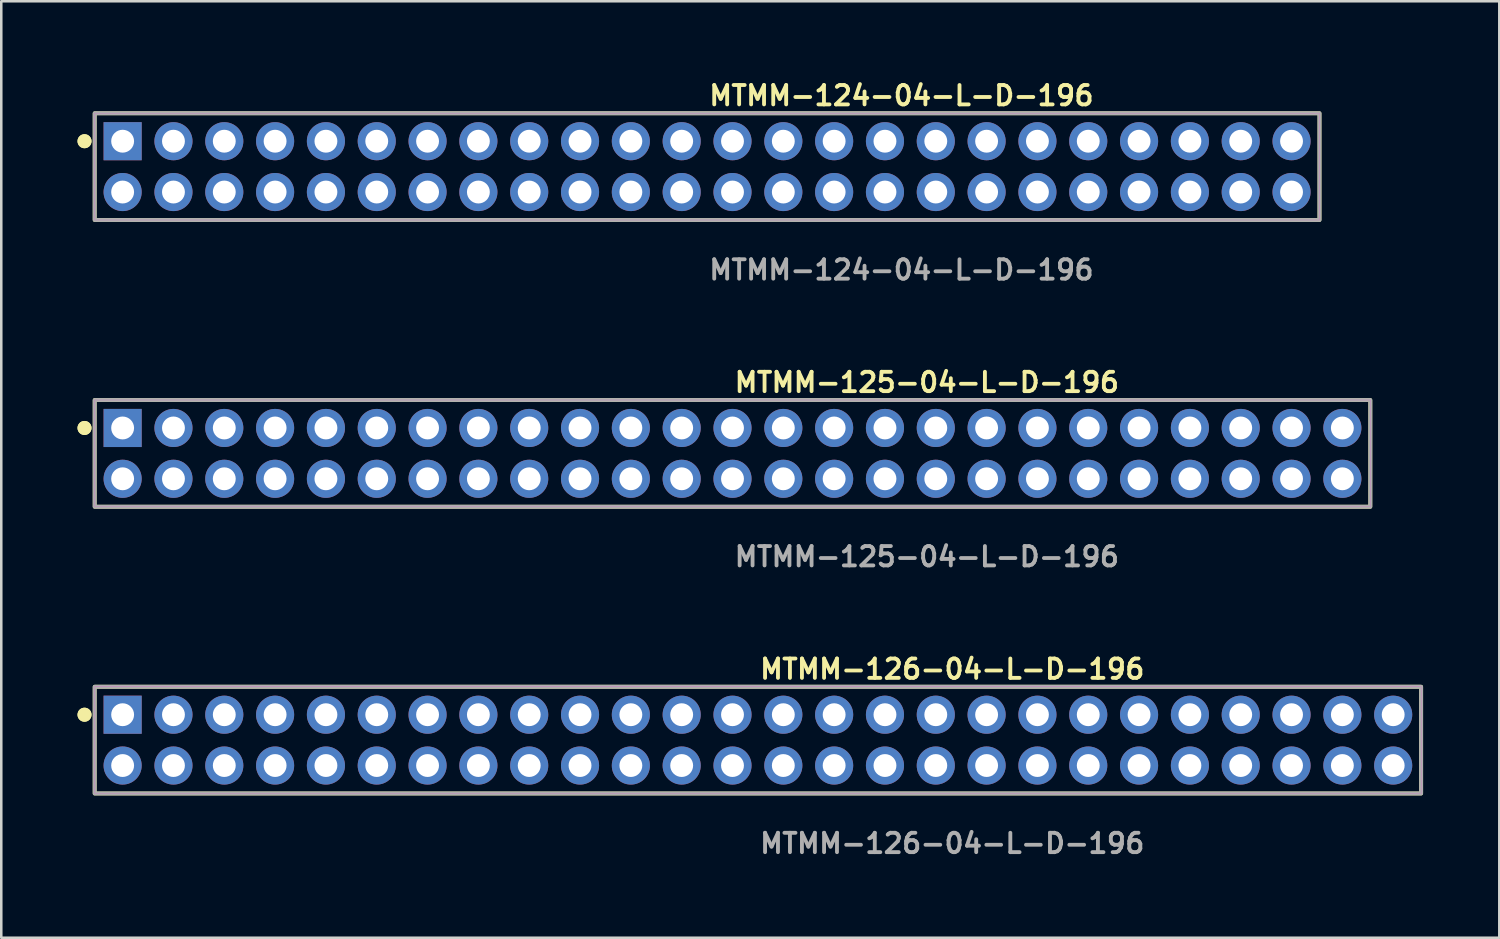
<source format=kicad_pcb>
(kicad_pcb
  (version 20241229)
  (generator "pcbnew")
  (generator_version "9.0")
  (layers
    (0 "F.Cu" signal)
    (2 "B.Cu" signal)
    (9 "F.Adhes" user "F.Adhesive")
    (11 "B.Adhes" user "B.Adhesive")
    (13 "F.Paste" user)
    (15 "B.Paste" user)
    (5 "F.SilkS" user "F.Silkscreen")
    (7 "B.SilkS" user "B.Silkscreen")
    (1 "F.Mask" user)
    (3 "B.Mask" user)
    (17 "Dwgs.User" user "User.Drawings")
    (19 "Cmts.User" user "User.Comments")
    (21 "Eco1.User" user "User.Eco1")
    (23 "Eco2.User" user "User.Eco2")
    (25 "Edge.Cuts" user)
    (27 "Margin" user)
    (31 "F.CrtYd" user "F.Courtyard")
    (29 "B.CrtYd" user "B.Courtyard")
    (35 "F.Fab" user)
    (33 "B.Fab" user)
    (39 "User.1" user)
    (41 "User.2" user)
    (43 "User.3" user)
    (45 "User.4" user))
  (footprint "MTMM-125-04-L-D-196"
    (layer "F.Cu")
    (at 25.776 14.792)
    (property "Reference" "MTMM-125-04-L-D-196" (at 0 -2.794 0) (unlocked yes) (layer "F.SilkS") (effects (font (size 0.762 0.762) (thickness 0.152)) (justify left)))
    (fp_rect (start -25.1 2.1) (end 25.1 -2.1) (stroke (width 0.152) (type solid)) (fill no) (layer "F.SilkS"))
    (fp_circle (center -25.5 -1) (end -25.7 -1) (stroke (width 0.152) (type solid)) (fill yes) (layer "F.SilkS"))
    (fp_circle (center -25.5 -1) (end -25.7 -1) (stroke (width 0.152) (type solid)) (fill yes) (layer "F.SilkS"))
    (fp_rect (start -25.1 2.1) (end 25.1 -2.1) (stroke (width 0.006) (type solid)) (fill no) (layer "F.CrtYd"))
    (fp_rect (start -25.1 2.1) (end 25.1 -2.1) (stroke (width 0.152) (type solid)) (fill no) (layer "F.Fab"))
    (fp_text user "${REFERENCE}" (at 0 4.064 0) (unlocked yes) (layer "F.Fab") (effects (font (size 0.762 0.762) (thickness 0.152)) (justify left)))
    (pad "1" thru_hole rect (at -24 -1) (size 1.5 1.5) (drill 0.9) (layers "*.Cu" "*.Mask"))
    (pad "2" thru_hole circle (at -24 1) (size 1.5 1.5) (drill 0.9) (layers "*.Cu" "*.Mask"))
    (pad "3" thru_hole circle (at -22 -1) (size 1.5 1.5) (drill 0.9) (layers "*.Cu" "*.Mask"))
    (pad "4" thru_hole circle (at -22 1) (size 1.5 1.5) (drill 0.9) (layers "*.Cu" "*.Mask"))
    (pad "5" thru_hole circle (at -20 -1) (size 1.5 1.5) (drill 0.9) (layers "*.Cu" "*.Mask"))
    (pad "6" thru_hole circle (at -20 1) (size 1.5 1.5) (drill 0.9) (layers "*.Cu" "*.Mask"))
    (pad "7" thru_hole circle (at -18 -1) (size 1.5 1.5) (drill 0.9) (layers "*.Cu" "*.Mask"))
    (pad "8" thru_hole circle (at -18 1) (size 1.5 1.5) (drill 0.9) (layers "*.Cu" "*.Mask"))
    (pad "9" thru_hole circle (at -16 -1) (size 1.5 1.5) (drill 0.9) (layers "*.Cu" "*.Mask"))
    (pad "10" thru_hole circle (at -16 1) (size 1.5 1.5) (drill 0.9) (layers "*.Cu" "*.Mask"))
    (pad "11" thru_hole circle (at -14 -1) (size 1.5 1.5) (drill 0.9) (layers "*.Cu" "*.Mask"))
    (pad "12" thru_hole circle (at -14 1) (size 1.5 1.5) (drill 0.9) (layers "*.Cu" "*.Mask"))
    (pad "13" thru_hole circle (at -12 -1) (size 1.5 1.5) (drill 0.9) (layers "*.Cu" "*.Mask"))
    (pad "14" thru_hole circle (at -12 1) (size 1.5 1.5) (drill 0.9) (layers "*.Cu" "*.Mask"))
    (pad "15" thru_hole circle (at -10 -1) (size 1.5 1.5) (drill 0.9) (layers "*.Cu" "*.Mask"))
    (pad "16" thru_hole circle (at -10 1) (size 1.5 1.5) (drill 0.9) (layers "*.Cu" "*.Mask"))
    (pad "17" thru_hole circle (at -8 -1) (size 1.5 1.5) (drill 0.9) (layers "*.Cu" "*.Mask"))
    (pad "18" thru_hole circle (at -8 1) (size 1.5 1.5) (drill 0.9) (layers "*.Cu" "*.Mask"))
    (pad "19" thru_hole circle (at -6 -1) (size 1.5 1.5) (drill 0.9) (layers "*.Cu" "*.Mask"))
    (pad "20" thru_hole circle (at -6 1) (size 1.5 1.5) (drill 0.9) (layers "*.Cu" "*.Mask"))
    (pad "21" thru_hole circle (at -4 -1) (size 1.5 1.5) (drill 0.9) (layers "*.Cu" "*.Mask"))
    (pad "22" thru_hole circle (at -4 1) (size 1.5 1.5) (drill 0.9) (layers "*.Cu" "*.Mask"))
    (pad "23" thru_hole circle (at -2 -1) (size 1.5 1.5) (drill 0.9) (layers "*.Cu" "*.Mask"))
    (pad "24" thru_hole circle (at -2 1) (size 1.5 1.5) (drill 0.9) (layers "*.Cu" "*.Mask"))
    (pad "25" thru_hole circle (at 0 -1) (size 1.5 1.5) (drill 0.9) (layers "*.Cu" "*.Mask"))
    (pad "26" thru_hole circle (at 0 1) (size 1.5 1.5) (drill 0.9) (layers "*.Cu" "*.Mask"))
    (pad "27" thru_hole circle (at 2 -1) (size 1.5 1.5) (drill 0.9) (layers "*.Cu" "*.Mask"))
    (pad "28" thru_hole circle (at 2 1) (size 1.5 1.5) (drill 0.9) (layers "*.Cu" "*.Mask"))
    (pad "29" thru_hole circle (at 4 -1) (size 1.5 1.5) (drill 0.9) (layers "*.Cu" "*.Mask"))
    (pad "30" thru_hole circle (at 4 1) (size 1.5 1.5) (drill 0.9) (layers "*.Cu" "*.Mask"))
    (pad "31" thru_hole circle (at 6 -1) (size 1.5 1.5) (drill 0.9) (layers "*.Cu" "*.Mask"))
    (pad "32" thru_hole circle (at 6 1) (size 1.5 1.5) (drill 0.9) (layers "*.Cu" "*.Mask"))
    (pad "33" thru_hole circle (at 8 -1) (size 1.5 1.5) (drill 0.9) (layers "*.Cu" "*.Mask"))
    (pad "34" thru_hole circle (at 8 1) (size 1.5 1.5) (drill 0.9) (layers "*.Cu" "*.Mask"))
    (pad "35" thru_hole circle (at 10 -1) (size 1.5 1.5) (drill 0.9) (layers "*.Cu" "*.Mask"))
    (pad "36" thru_hole circle (at 10 1) (size 1.5 1.5) (drill 0.9) (layers "*.Cu" "*.Mask"))
    (pad "37" thru_hole circle (at 12 -1) (size 1.5 1.5) (drill 0.9) (layers "*.Cu" "*.Mask"))
    (pad "38" thru_hole circle (at 12 1) (size 1.5 1.5) (drill 0.9) (layers "*.Cu" "*.Mask"))
    (pad "39" thru_hole circle (at 14 -1) (size 1.5 1.5) (drill 0.9) (layers "*.Cu" "*.Mask"))
    (pad "40" thru_hole circle (at 14 1) (size 1.5 1.5) (drill 0.9) (layers "*.Cu" "*.Mask"))
    (pad "41" thru_hole circle (at 16 -1) (size 1.5 1.5) (drill 0.9) (layers "*.Cu" "*.Mask"))
    (pad "42" thru_hole circle (at 16 1) (size 1.5 1.5) (drill 0.9) (layers "*.Cu" "*.Mask"))
    (pad "43" thru_hole circle (at 18 -1) (size 1.5 1.5) (drill 0.9) (layers "*.Cu" "*.Mask"))
    (pad "44" thru_hole circle (at 18 1) (size 1.5 1.5) (drill 0.9) (layers "*.Cu" "*.Mask"))
    (pad "45" thru_hole circle (at 20 -1) (size 1.5 1.5) (drill 0.9) (layers "*.Cu" "*.Mask"))
    (pad "46" thru_hole circle (at 20 1) (size 1.5 1.5) (drill 0.9) (layers "*.Cu" "*.Mask"))
    (pad "47" thru_hole circle (at 22 -1) (size 1.5 1.5) (drill 0.9) (layers "*.Cu" "*.Mask"))
    (pad "48" thru_hole circle (at 22 1) (size 1.5 1.5) (drill 0.9) (layers "*.Cu" "*.Mask"))
    (pad "49" thru_hole circle (at 24 -1) (size 1.5 1.5) (drill 0.9) (layers "*.Cu" "*.Mask"))
    (pad "50" thru_hole circle (at 24 1) (size 1.5 1.5) (drill 0.9) (layers "*.Cu" "*.Mask")))
  (footprint "MTMM-126-04-L-D-196"
    (layer "F.Cu")
    (at 26.776 26.076)
    (property "Reference" "MTMM-126-04-L-D-196" (at 0 -2.794 0) (unlocked yes) (layer "F.SilkS") (effects (font (size 0.762 0.762) (thickness 0.152)) (justify left)))
    (fp_rect (start -26.1 2.1) (end 26.1 -2.1) (stroke (width 0.152) (type solid)) (fill no) (layer "F.SilkS"))
    (fp_circle (center -26.5 -1) (end -26.7 -1) (stroke (width 0.152) (type solid)) (fill yes) (layer "F.SilkS"))
    (fp_circle (center -26.5 -1) (end -26.7 -1) (stroke (width 0.152) (type solid)) (fill yes) (layer "F.SilkS"))
    (fp_rect (start -26.1 2.1) (end 26.1 -2.1) (stroke (width 0.006) (type solid)) (fill no) (layer "F.CrtYd"))
    (fp_rect (start -26.1 2.1) (end 26.1 -2.1) (stroke (width 0.152) (type solid)) (fill no) (layer "F.Fab"))
    (fp_text user "${REFERENCE}" (at 0 4.064 0) (unlocked yes) (layer "F.Fab") (effects (font (size 0.762 0.762) (thickness 0.152)) (justify left)))
    (pad "1" thru_hole rect (at -25 -1) (size 1.5 1.5) (drill 0.9) (layers "*.Cu" "*.Mask"))
    (pad "2" thru_hole circle (at -25 1) (size 1.5 1.5) (drill 0.9) (layers "*.Cu" "*.Mask"))
    (pad "3" thru_hole circle (at -23 -1) (size 1.5 1.5) (drill 0.9) (layers "*.Cu" "*.Mask"))
    (pad "4" thru_hole circle (at -23 1) (size 1.5 1.5) (drill 0.9) (layers "*.Cu" "*.Mask"))
    (pad "5" thru_hole circle (at -21 -1) (size 1.5 1.5) (drill 0.9) (layers "*.Cu" "*.Mask"))
    (pad "6" thru_hole circle (at -21 1) (size 1.5 1.5) (drill 0.9) (layers "*.Cu" "*.Mask"))
    (pad "7" thru_hole circle (at -19 -1) (size 1.5 1.5) (drill 0.9) (layers "*.Cu" "*.Mask"))
    (pad "8" thru_hole circle (at -19 1) (size 1.5 1.5) (drill 0.9) (layers "*.Cu" "*.Mask"))
    (pad "9" thru_hole circle (at -17 -1) (size 1.5 1.5) (drill 0.9) (layers "*.Cu" "*.Mask"))
    (pad "10" thru_hole circle (at -17 1) (size 1.5 1.5) (drill 0.9) (layers "*.Cu" "*.Mask"))
    (pad "11" thru_hole circle (at -15 -1) (size 1.5 1.5) (drill 0.9) (layers "*.Cu" "*.Mask"))
    (pad "12" thru_hole circle (at -15 1) (size 1.5 1.5) (drill 0.9) (layers "*.Cu" "*.Mask"))
    (pad "13" thru_hole circle (at -13 -1) (size 1.5 1.5) (drill 0.9) (layers "*.Cu" "*.Mask"))
    (pad "14" thru_hole circle (at -13 1) (size 1.5 1.5) (drill 0.9) (layers "*.Cu" "*.Mask"))
    (pad "15" thru_hole circle (at -11 -1) (size 1.5 1.5) (drill 0.9) (layers "*.Cu" "*.Mask"))
    (pad "16" thru_hole circle (at -11 1) (size 1.5 1.5) (drill 0.9) (layers "*.Cu" "*.Mask"))
    (pad "17" thru_hole circle (at -9 -1) (size 1.5 1.5) (drill 0.9) (layers "*.Cu" "*.Mask"))
    (pad "18" thru_hole circle (at -9 1) (size 1.5 1.5) (drill 0.9) (layers "*.Cu" "*.Mask"))
    (pad "19" thru_hole circle (at -7 -1) (size 1.5 1.5) (drill 0.9) (layers "*.Cu" "*.Mask"))
    (pad "20" thru_hole circle (at -7 1) (size 1.5 1.5) (drill 0.9) (layers "*.Cu" "*.Mask"))
    (pad "21" thru_hole circle (at -5 -1) (size 1.5 1.5) (drill 0.9) (layers "*.Cu" "*.Mask"))
    (pad "22" thru_hole circle (at -5 1) (size 1.5 1.5) (drill 0.9) (layers "*.Cu" "*.Mask"))
    (pad "23" thru_hole circle (at -3 -1) (size 1.5 1.5) (drill 0.9) (layers "*.Cu" "*.Mask"))
    (pad "24" thru_hole circle (at -3 1) (size 1.5 1.5) (drill 0.9) (layers "*.Cu" "*.Mask"))
    (pad "25" thru_hole circle (at -1 -1) (size 1.5 1.5) (drill 0.9) (layers "*.Cu" "*.Mask"))
    (pad "26" thru_hole circle (at -1 1) (size 1.5 1.5) (drill 0.9) (layers "*.Cu" "*.Mask"))
    (pad "27" thru_hole circle (at 1 -1) (size 1.5 1.5) (drill 0.9) (layers "*.Cu" "*.Mask"))
    (pad "28" thru_hole circle (at 1 1) (size 1.5 1.5) (drill 0.9) (layers "*.Cu" "*.Mask"))
    (pad "29" thru_hole circle (at 3 -1) (size 1.5 1.5) (drill 0.9) (layers "*.Cu" "*.Mask"))
    (pad "30" thru_hole circle (at 3 1) (size 1.5 1.5) (drill 0.9) (layers "*.Cu" "*.Mask"))
    (pad "31" thru_hole circle (at 5 -1) (size 1.5 1.5) (drill 0.9) (layers "*.Cu" "*.Mask"))
    (pad "32" thru_hole circle (at 5 1) (size 1.5 1.5) (drill 0.9) (layers "*.Cu" "*.Mask"))
    (pad "33" thru_hole circle (at 7 -1) (size 1.5 1.5) (drill 0.9) (layers "*.Cu" "*.Mask"))
    (pad "34" thru_hole circle (at 7 1) (size 1.5 1.5) (drill 0.9) (layers "*.Cu" "*.Mask"))
    (pad "35" thru_hole circle (at 9 -1) (size 1.5 1.5) (drill 0.9) (layers "*.Cu" "*.Mask"))
    (pad "36" thru_hole circle (at 9 1) (size 1.5 1.5) (drill 0.9) (layers "*.Cu" "*.Mask"))
    (pad "37" thru_hole circle (at 11 -1) (size 1.5 1.5) (drill 0.9) (layers "*.Cu" "*.Mask"))
    (pad "38" thru_hole circle (at 11 1) (size 1.5 1.5) (drill 0.9) (layers "*.Cu" "*.Mask"))
    (pad "39" thru_hole circle (at 13 -1) (size 1.5 1.5) (drill 0.9) (layers "*.Cu" "*.Mask"))
    (pad "40" thru_hole circle (at 13 1) (size 1.5 1.5) (drill 0.9) (layers "*.Cu" "*.Mask"))
    (pad "41" thru_hole circle (at 15 -1) (size 1.5 1.5) (drill 0.9) (layers "*.Cu" "*.Mask"))
    (pad "42" thru_hole circle (at 15 1) (size 1.5 1.5) (drill 0.9) (layers "*.Cu" "*.Mask"))
    (pad "43" thru_hole circle (at 17 -1) (size 1.5 1.5) (drill 0.9) (layers "*.Cu" "*.Mask"))
    (pad "44" thru_hole circle (at 17 1) (size 1.5 1.5) (drill 0.9) (layers "*.Cu" "*.Mask"))
    (pad "45" thru_hole circle (at 19 -1) (size 1.5 1.5) (drill 0.9) (layers "*.Cu" "*.Mask"))
    (pad "46" thru_hole circle (at 19 1) (size 1.5 1.5) (drill 0.9) (layers "*.Cu" "*.Mask"))
    (pad "47" thru_hole circle (at 21 -1) (size 1.5 1.5) (drill 0.9) (layers "*.Cu" "*.Mask"))
    (pad "48" thru_hole circle (at 21 1) (size 1.5 1.5) (drill 0.9) (layers "*.Cu" "*.Mask"))
    (pad "49" thru_hole circle (at 23 -1) (size 1.5 1.5) (drill 0.9) (layers "*.Cu" "*.Mask"))
    (pad "50" thru_hole circle (at 23 1) (size 1.5 1.5) (drill 0.9) (layers "*.Cu" "*.Mask"))
    (pad "51" thru_hole circle (at 25 -1) (size 1.5 1.5) (drill 0.9) (layers "*.Cu" "*.Mask"))
    (pad "52" thru_hole circle (at 25 1) (size 1.5 1.5) (drill 0.9) (layers "*.Cu" "*.Mask")))
  (footprint "MTMM-124-04-L-D-196"
    (layer "F.Cu")
    (at 24.776 3.507)
    (property "Reference" "MTMM-124-04-L-D-196" (at 0 -2.794 0) (unlocked yes) (layer "F.SilkS") (effects (font (size 0.762 0.762) (thickness 0.152)) (justify left)))
    (fp_rect (start -24.1 2.1) (end 24.1 -2.1) (stroke (width 0.152) (type solid)) (fill no) (layer "F.SilkS"))
    (fp_circle (center -24.5 -1) (end -24.7 -1) (stroke (width 0.152) (type solid)) (fill yes) (layer "F.SilkS"))
    (fp_circle (center -24.5 -1) (end -24.7 -1) (stroke (width 0.152) (type solid)) (fill yes) (layer "F.SilkS"))
    (fp_rect (start -24.1 2.1) (end 24.1 -2.1) (stroke (width 0.006) (type solid)) (fill no) (layer "F.CrtYd"))
    (fp_rect (start -24.1 2.1) (end 24.1 -2.1) (stroke (width 0.152) (type solid)) (fill no) (layer "F.Fab"))
    (fp_text user "${REFERENCE}" (at 0 4.064 0) (unlocked yes) (layer "F.Fab") (effects (font (size 0.762 0.762) (thickness 0.152)) (justify left)))
    (pad "1" thru_hole rect (at -23 -1) (size 1.5 1.5) (drill 0.9) (layers "*.Cu" "*.Mask"))
    (pad "2" thru_hole circle (at -23 1) (size 1.5 1.5) (drill 0.9) (layers "*.Cu" "*.Mask"))
    (pad "3" thru_hole circle (at -21 -1) (size 1.5 1.5) (drill 0.9) (layers "*.Cu" "*.Mask"))
    (pad "4" thru_hole circle (at -21 1) (size 1.5 1.5) (drill 0.9) (layers "*.Cu" "*.Mask"))
    (pad "5" thru_hole circle (at -19 -1) (size 1.5 1.5) (drill 0.9) (layers "*.Cu" "*.Mask"))
    (pad "6" thru_hole circle (at -19 1) (size 1.5 1.5) (drill 0.9) (layers "*.Cu" "*.Mask"))
    (pad "7" thru_hole circle (at -17 -1) (size 1.5 1.5) (drill 0.9) (layers "*.Cu" "*.Mask"))
    (pad "8" thru_hole circle (at -17 1) (size 1.5 1.5) (drill 0.9) (layers "*.Cu" "*.Mask"))
    (pad "9" thru_hole circle (at -15 -1) (size 1.5 1.5) (drill 0.9) (layers "*.Cu" "*.Mask"))
    (pad "10" thru_hole circle (at -15 1) (size 1.5 1.5) (drill 0.9) (layers "*.Cu" "*.Mask"))
    (pad "11" thru_hole circle (at -13 -1) (size 1.5 1.5) (drill 0.9) (layers "*.Cu" "*.Mask"))
    (pad "12" thru_hole circle (at -13 1) (size 1.5 1.5) (drill 0.9) (layers "*.Cu" "*.Mask"))
    (pad "13" thru_hole circle (at -11 -1) (size 1.5 1.5) (drill 0.9) (layers "*.Cu" "*.Mask"))
    (pad "14" thru_hole circle (at -11 1) (size 1.5 1.5) (drill 0.9) (layers "*.Cu" "*.Mask"))
    (pad "15" thru_hole circle (at -9 -1) (size 1.5 1.5) (drill 0.9) (layers "*.Cu" "*.Mask"))
    (pad "16" thru_hole circle (at -9 1) (size 1.5 1.5) (drill 0.9) (layers "*.Cu" "*.Mask"))
    (pad "17" thru_hole circle (at -7 -1) (size 1.5 1.5) (drill 0.9) (layers "*.Cu" "*.Mask"))
    (pad "18" thru_hole circle (at -7 1) (size 1.5 1.5) (drill 0.9) (layers "*.Cu" "*.Mask"))
    (pad "19" thru_hole circle (at -5 -1) (size 1.5 1.5) (drill 0.9) (layers "*.Cu" "*.Mask"))
    (pad "20" thru_hole circle (at -5 1) (size 1.5 1.5) (drill 0.9) (layers "*.Cu" "*.Mask"))
    (pad "21" thru_hole circle (at -3 -1) (size 1.5 1.5) (drill 0.9) (layers "*.Cu" "*.Mask"))
    (pad "22" thru_hole circle (at -3 1) (size 1.5 1.5) (drill 0.9) (layers "*.Cu" "*.Mask"))
    (pad "23" thru_hole circle (at -1 -1) (size 1.5 1.5) (drill 0.9) (layers "*.Cu" "*.Mask"))
    (pad "24" thru_hole circle (at -1 1) (size 1.5 1.5) (drill 0.9) (layers "*.Cu" "*.Mask"))
    (pad "25" thru_hole circle (at 1 -1) (size 1.5 1.5) (drill 0.9) (layers "*.Cu" "*.Mask"))
    (pad "26" thru_hole circle (at 1 1) (size 1.5 1.5) (drill 0.9) (layers "*.Cu" "*.Mask"))
    (pad "27" thru_hole circle (at 3 -1) (size 1.5 1.5) (drill 0.9) (layers "*.Cu" "*.Mask"))
    (pad "28" thru_hole circle (at 3 1) (size 1.5 1.5) (drill 0.9) (layers "*.Cu" "*.Mask"))
    (pad "29" thru_hole circle (at 5 -1) (size 1.5 1.5) (drill 0.9) (layers "*.Cu" "*.Mask"))
    (pad "30" thru_hole circle (at 5 1) (size 1.5 1.5) (drill 0.9) (layers "*.Cu" "*.Mask"))
    (pad "31" thru_hole circle (at 7 -1) (size 1.5 1.5) (drill 0.9) (layers "*.Cu" "*.Mask"))
    (pad "32" thru_hole circle (at 7 1) (size 1.5 1.5) (drill 0.9) (layers "*.Cu" "*.Mask"))
    (pad "33" thru_hole circle (at 9 -1) (size 1.5 1.5) (drill 0.9) (layers "*.Cu" "*.Mask"))
    (pad "34" thru_hole circle (at 9 1) (size 1.5 1.5) (drill 0.9) (layers "*.Cu" "*.Mask"))
    (pad "35" thru_hole circle (at 11 -1) (size 1.5 1.5) (drill 0.9) (layers "*.Cu" "*.Mask"))
    (pad "36" thru_hole circle (at 11 1) (size 1.5 1.5) (drill 0.9) (layers "*.Cu" "*.Mask"))
    (pad "37" thru_hole circle (at 13 -1) (size 1.5 1.5) (drill 0.9) (layers "*.Cu" "*.Mask"))
    (pad "38" thru_hole circle (at 13 1) (size 1.5 1.5) (drill 0.9) (layers "*.Cu" "*.Mask"))
    (pad "39" thru_hole circle (at 15 -1) (size 1.5 1.5) (drill 0.9) (layers "*.Cu" "*.Mask"))
    (pad "40" thru_hole circle (at 15 1) (size 1.5 1.5) (drill 0.9) (layers "*.Cu" "*.Mask"))
    (pad "41" thru_hole circle (at 17 -1) (size 1.5 1.5) (drill 0.9) (layers "*.Cu" "*.Mask"))
    (pad "42" thru_hole circle (at 17 1) (size 1.5 1.5) (drill 0.9) (layers "*.Cu" "*.Mask"))
    (pad "43" thru_hole circle (at 19 -1) (size 1.5 1.5) (drill 0.9) (layers "*.Cu" "*.Mask"))
    (pad "44" thru_hole circle (at 19 1) (size 1.5 1.5) (drill 0.9) (layers "*.Cu" "*.Mask"))
    (pad "45" thru_hole circle (at 21 -1) (size 1.5 1.5) (drill 0.9) (layers "*.Cu" "*.Mask"))
    (pad "46" thru_hole circle (at 21 1) (size 1.5 1.5) (drill 0.9) (layers "*.Cu" "*.Mask"))
    (pad "47" thru_hole circle (at 23 -1) (size 1.5 1.5) (drill 0.9) (layers "*.Cu" "*.Mask"))
    (pad "48" thru_hole circle (at 23 1) (size 1.5 1.5) (drill 0.9) (layers "*.Cu" "*.Mask")))
  (gr_rect
    (start -3 -3)
    (end 55.952 33.853)
    (stroke (width 0.1) (type default))
    (fill no)
    (layer "Edge.Cuts")))
</source>
